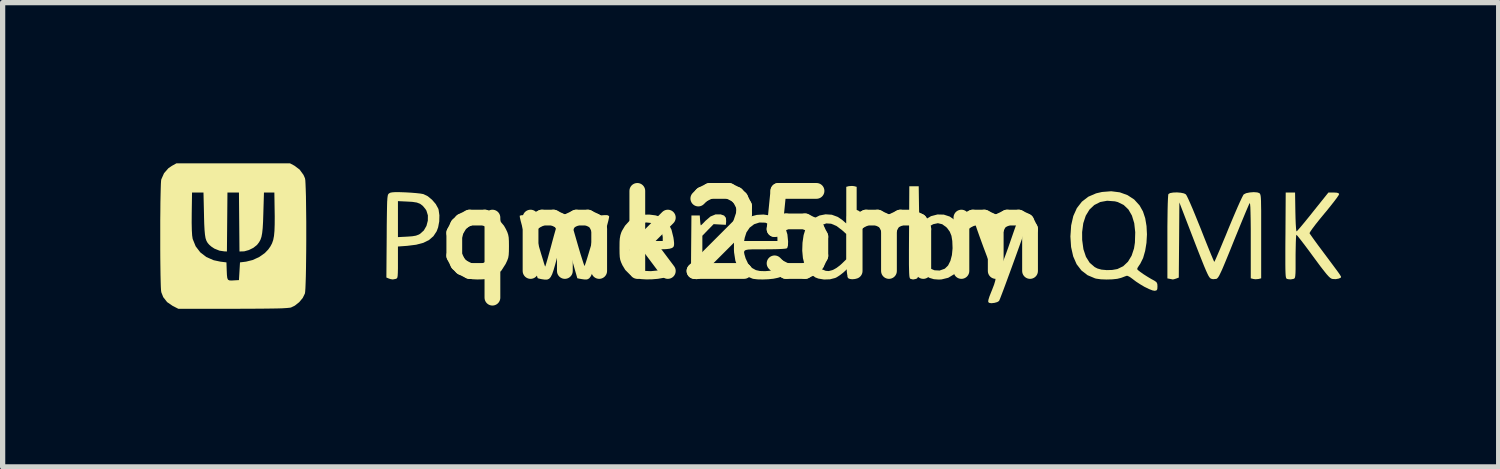
<source format=kicad_pcb>
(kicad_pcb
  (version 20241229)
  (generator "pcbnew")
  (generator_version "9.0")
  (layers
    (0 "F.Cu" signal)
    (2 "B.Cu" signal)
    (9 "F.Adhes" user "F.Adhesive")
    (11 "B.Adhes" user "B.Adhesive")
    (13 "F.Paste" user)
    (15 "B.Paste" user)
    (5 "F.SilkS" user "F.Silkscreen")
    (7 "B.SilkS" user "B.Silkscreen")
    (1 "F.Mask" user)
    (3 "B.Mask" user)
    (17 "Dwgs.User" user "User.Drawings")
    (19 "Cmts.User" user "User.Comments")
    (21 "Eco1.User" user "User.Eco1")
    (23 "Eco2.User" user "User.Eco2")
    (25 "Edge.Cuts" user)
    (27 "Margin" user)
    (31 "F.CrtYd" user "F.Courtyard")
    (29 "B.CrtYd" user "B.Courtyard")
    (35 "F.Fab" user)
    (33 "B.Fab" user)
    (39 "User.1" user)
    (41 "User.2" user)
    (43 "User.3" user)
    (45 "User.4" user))
  (footprint "qmk25mm"
    (layer "F.Cu")
    (at 11.112 1.418)
    (property "Reference" "qmk25mm" (at 0 0 0) (layer "F.SilkS") (effects (font (size 1.524 1.524) (thickness 0.3))))
    (attr board_only exclude_from_pos_files exclude_from_bom)
    (fp_poly (pts (xy -0.38 -0.365) (xy -0.346 -0.322) (xy -0.341 -0.255) (xy -0.341 -0.254) (xy -0.347 -0.189) (xy -0.463 -0.195) (xy -0.579 -0.202) (xy -0.687 -0.092) (xy -0.794 0.019) (xy -0.794 0.401) (xy -0.795 0.522) (xy -0.797 0.629) (xy -0.801 0.717) (xy -0.805 0.779) (xy -0.81 0.808) (xy -0.81 0.808) (xy -0.846 0.834) (xy -0.901 0.846) (xy -0.955 0.84) (xy -0.978 0.83) (xy -0.988 0.82) (xy -0.996 0.803) (xy -1.001 0.777) (xy -1.006 0.735) (xy -1.008 0.673) (xy -1.009 0.588) (xy -1.009 0.475) (xy -1.008 0.329) (xy -1.007 0.218) (xy -1.002 -0.367) (xy -0.843 -0.367) (xy -0.837 -0.273) (xy -0.832 -0.218) (xy -0.826 -0.184) (xy -0.823 -0.179) (xy -0.806 -0.192) (xy -0.771 -0.227) (xy -0.733 -0.267) (xy -0.64 -0.347) (xy -0.544 -0.387) (xy -0.447 -0.388)) (stroke (width 0) (type solid)) (fill yes) (layer "F.SilkS"))
    (fp_poly (pts (xy -6.563 -0.811) (xy -6.45 -0.807) (xy -6.449 -0.807) (xy -6.342 -0.801) (xy -6.243 -0.793) (xy -6.16 -0.784) (xy -6.106 -0.774) (xy -6.102 -0.773) (xy -6.02 -0.733) (xy -5.939 -0.666) (xy -5.869 -0.585) (xy -5.822 -0.5) (xy -5.814 -0.476) (xy -5.799 -0.371) (xy -5.802 -0.253) (xy -5.823 -0.141) (xy -5.851 -0.066) (xy -5.913 0.028) (xy -5.997 0.1) (xy -6.105 0.154) (xy -6.242 0.19) (xy -6.411 0.211) (xy -6.588 0.224) (xy -6.588 0.526) (xy -6.588 0.642) (xy -6.59 0.724) (xy -6.593 0.778) (xy -6.598 0.811) (xy -6.608 0.829) (xy -6.621 0.837) (xy -6.633 0.841) (xy -6.686 0.851) (xy -6.73 0.844) (xy -6.762 0.833) (xy -6.808 0.814) (xy -6.802 0.029) (xy -6.801 -0.169) (xy -6.799 -0.33) (xy -6.797 -0.46) (xy -6.795 -0.561) (xy -6.793 -0.637) (xy -6.792 -0.64) (xy -6.588 -0.64) (xy -6.588 0.045) (xy -6.413 0.036) (xy -6.315 0.029) (xy -6.245 0.017) (xy -6.192 -0.003) (xy -6.167 -0.017) (xy -6.095 -0.082) (xy -6.045 -0.169) (xy -6.019 -0.268) (xy -6.018 -0.369) (xy -6.046 -0.46) (xy -6.066 -0.491) (xy -6.115 -0.55) (xy -6.166 -0.589) (xy -6.229 -0.613) (xy -6.313 -0.626) (xy -6.4 -0.631) (xy -6.588 -0.64) (xy -6.792 -0.64) (xy -6.789 -0.693) (xy -6.784 -0.731) (xy -6.779 -0.757) (xy -6.771 -0.773) (xy -6.762 -0.783) (xy -6.757 -0.787) (xy -6.733 -0.8) (xy -6.698 -0.807) (xy -6.644 -0.811)) (stroke (width 0) (type solid)) (fill yes) (layer "F.SilkS"))
    (fp_poly (pts (xy 5.388 -0.37) (xy 5.415 -0.359) (xy 5.419 -0.348) (xy 5.417 -0.322) (xy 5.406 -0.278) (xy 5.388 -0.214) (xy 5.359 -0.126) (xy 5.32 -0.011) (xy 5.27 0.132) (xy 5.207 0.308) (xy 5.157 0.447) (xy 5.096 0.615) (xy 5.038 0.773) (xy 4.986 0.915) (xy 4.94 1.039) (xy 4.902 1.139) (xy 4.874 1.212) (xy 4.856 1.253) (xy 4.852 1.261) (xy 4.818 1.282) (xy 4.763 1.297) (xy 4.706 1.303) (xy 4.668 1.297) (xy 4.652 1.286) (xy 4.646 1.267) (xy 4.652 1.233) (xy 4.669 1.178) (xy 4.701 1.096) (xy 4.723 1.042) (xy 4.759 0.948) (xy 4.78 0.877) (xy 4.787 0.834) (xy 4.785 0.825) (xy 4.774 0.802) (xy 4.751 0.746) (xy 4.718 0.662) (xy 4.677 0.556) (xy 4.629 0.43) (xy 4.577 0.292) (xy 4.554 0.231) (xy 4.488 0.05) (xy 4.435 -0.099) (xy 4.395 -0.216) (xy 4.37 -0.3) (xy 4.36 -0.348) (xy 4.361 -0.36) (xy 4.391 -0.371) (xy 4.444 -0.374) (xy 4.467 -0.373) (xy 4.554 -0.367) (xy 4.718 0.089) (xy 4.764 0.217) (xy 4.806 0.334) (xy 4.842 0.434) (xy 4.87 0.511) (xy 4.888 0.561) (xy 4.893 0.575) (xy 4.903 0.566) (xy 4.922 0.523) (xy 4.951 0.452) (xy 4.987 0.357) (xy 5.028 0.243) (xy 5.064 0.139) (xy 5.109 0.009) (xy 5.15 -0.109) (xy 5.186 -0.209) (xy 5.215 -0.287) (xy 5.235 -0.337) (xy 5.243 -0.352) (xy 5.278 -0.37) (xy 5.333 -0.376)) (stroke (width 0) (type solid)) (fill yes) (layer "F.SilkS"))
    (fp_poly (pts (xy -4.886 -0.376) (xy -4.756 -0.336) (xy -4.652 -0.27) (xy -4.57 -0.172) (xy -4.534 -0.109) (xy -4.507 -0.052) (xy -4.49 -0.002) (xy -4.48 0.051) (xy -4.476 0.12) (xy -4.475 0.217) (xy -4.475 0.219) (xy -4.476 0.315) (xy -4.48 0.385) (xy -4.489 0.439) (xy -4.507 0.489) (xy -4.535 0.549) (xy -4.539 0.557) (xy -4.619 0.682) (xy -4.724 0.774) (xy -4.84 0.83) (xy -4.901 0.843) (xy -4.986 0.849) (xy -5.079 0.851) (xy -5.167 0.847) (xy -5.233 0.836) (xy -5.239 0.835) (xy -5.366 0.777) (xy -5.469 0.688) (xy -5.546 0.569) (xy -5.551 0.558) (xy -5.569 0.496) (xy -5.58 0.405) (xy -5.586 0.298) (xy -5.585 0.201) (xy -5.388 0.201) (xy -5.383 0.328) (xy -5.361 0.444) (xy -5.336 0.509) (xy -5.27 0.601) (xy -5.182 0.662) (xy -5.077 0.69) (xy -4.957 0.684) (xy -4.92 0.675) (xy -4.827 0.629) (xy -4.756 0.552) (xy -4.708 0.444) (xy -4.683 0.306) (xy -4.68 0.223) (xy -4.683 0.127) (xy -4.692 0.057) (xy -4.711 -0.002) (xy -4.727 -0.035) (xy -4.776 -0.118) (xy -4.833 -0.17) (xy -4.906 -0.198) (xy -5.005 -0.208) (xy -5.027 -0.208) (xy -5.142 -0.199) (xy -5.228 -0.166) (xy -5.294 -0.108) (xy -5.345 -0.022) (xy -5.375 0.08) (xy -5.388 0.201) (xy -5.585 0.201) (xy -5.585 0.186) (xy -5.579 0.08) (xy -5.567 -0.009) (xy -5.55 -0.064) (xy -5.493 -0.159) (xy -5.415 -0.249) (xy -5.332 -0.315) (xy -5.236 -0.356) (xy -5.118 -0.381) (xy -4.992 -0.387)) (stroke (width 0) (type solid)) (fill yes) (layer "F.SilkS"))
    (fp_poly (pts (xy 0.492 -0.367) (xy 0.605 -0.324) (xy 0.699 -0.256) (xy 0.736 -0.213) (xy 0.792 -0.115) (xy 0.825 -0.004) (xy 0.838 0.13) (xy 0.835 0.207) (xy 0.822 0.25) (xy 0.812 0.259) (xy 0.784 0.265) (xy 0.723 0.27) (xy 0.636 0.274) (xy 0.528 0.276) (xy 0.407 0.277) (xy 0.392 0.278) (xy 0.253 0.277) (xy 0.15 0.278) (xy 0.077 0.282) (xy 0.031 0.291) (xy 0.006 0.308) (xy -0.000403 0.333) (xy 0.006 0.371) (xy 0.021 0.421) (xy 0.029 0.449) (xy 0.077 0.551) (xy 0.149 0.631) (xy 0.225 0.673) (xy 0.302 0.69) (xy 0.401 0.693) (xy 0.508 0.684) (xy 0.608 0.663) (xy 0.635 0.655) (xy 0.712 0.629) (xy 0.759 0.619) (xy 0.783 0.626) (xy 0.792 0.651) (xy 0.794 0.682) (xy 0.789 0.73) (xy 0.771 0.763) (xy 0.731 0.789) (xy 0.662 0.814) (xy 0.636 0.821) (xy 0.559 0.837) (xy 0.46 0.847) (xy 0.355 0.851) (xy 0.257 0.849) (xy 0.178 0.84) (xy 0.159 0.835) (xy 0.039 0.784) (xy -0.054 0.713) (xy -0.121 0.617) (xy -0.166 0.493) (xy -0.19 0.338) (xy -0.193 0.288) (xy -0.192 0.127) (xy -0.19 0.119) (xy 0.001 0.119) (xy 0.635 0.119) (xy 0.635 0.058) (xy 0.617 -0.041) (xy 0.568 -0.127) (xy 0.496 -0.193) (xy 0.407 -0.229) (xy 0.405 -0.23) (xy 0.292 -0.233) (xy 0.191 -0.2) (xy 0.107 -0.136) (xy 0.045 -0.045) (xy 0.013 0.055) (xy 0.001 0.119) (xy -0.19 0.119) (xy -0.169 -0.008) (xy -0.123 -0.124) (xy -0.069 -0.207) (xy 0.016 -0.289) (xy 0.123 -0.346) (xy 0.243 -0.378) (xy 0.369 -0.385)) (stroke (width 0) (type solid)) (fill yes) (layer "F.SilkS"))
    (fp_poly (pts (xy 3.329 -0.571) (xy 3.331 -0.457) (xy 3.334 -0.359) (xy 3.338 -0.282) (xy 3.341 -0.233) (xy 3.344 -0.218) (xy 3.364 -0.229) (xy 3.404 -0.258) (xy 3.44 -0.285) (xy 3.559 -0.354) (xy 3.681 -0.386) (xy 3.802 -0.383) (xy 3.915 -0.346) (xy 4.015 -0.276) (xy 4.097 -0.175) (xy 4.129 -0.114) (xy 4.156 -0.025) (xy 4.173 0.09) (xy 4.179 0.217) (xy 4.175 0.344) (xy 4.16 0.459) (xy 4.142 0.526) (xy 4.08 0.656) (xy 3.994 0.754) (xy 3.886 0.819) (xy 3.759 0.85) (xy 3.705 0.853) (xy 3.612 0.846) (xy 3.53 0.821) (xy 3.445 0.772) (xy 3.388 0.73) (xy 3.314 0.671) (xy 3.314 0.75) (xy 3.31 0.804) (xy 3.293 0.831) (xy 3.269 0.841) (xy 3.23 0.849) (xy 3.215 0.851) (xy 3.189 0.845) (xy 3.17 0.84) (xy 3.161 0.835) (xy 3.155 0.825) (xy 3.149 0.806) (xy 3.145 0.774) (xy 3.142 0.726) (xy 3.14 0.658) (xy 3.138 0.567) (xy 3.138 0.468) (xy 3.334 0.468) (xy 3.42 0.553) (xy 3.522 0.633) (xy 3.623 0.676) (xy 3.722 0.681) (xy 3.816 0.648) (xy 3.826 0.641) (xy 3.883 0.585) (xy 3.927 0.497) (xy 3.956 0.387) (xy 3.968 0.261) (xy 3.968 0.248) (xy 3.963 0.119) (xy 3.947 0.02) (xy 3.915 -0.059) (xy 3.866 -0.126) (xy 3.85 -0.143) (xy 3.772 -0.2) (xy 3.689 -0.22) (xy 3.6 -0.201) (xy 3.502 -0.145) (xy 3.418 -0.073) (xy 3.334 0.008) (xy 3.334 0.468) (xy 3.138 0.468) (xy 3.138 0.449) (xy 3.138 0.301) (xy 3.139 0.12) (xy 3.14 -0.046) (xy 3.145 -0.923) (xy 3.324 -0.923)) (stroke (width 0) (type solid)) (fill yes) (layer "F.SilkS"))
    (fp_poly (pts (xy -1.686 -0.369) (xy -1.622 -0.35) (xy -1.518 -0.293) (xy -1.438 -0.208) (xy -1.381 -0.094) (xy -1.345 0.052) (xy -1.338 0.1) (xy -1.332 0.157) (xy -1.333 0.199) (xy -1.344 0.231) (xy -1.371 0.252) (xy -1.418 0.266) (xy -1.489 0.274) (xy -1.588 0.277) (xy -1.722 0.278) (xy -1.784 0.278) (xy -2.176 0.278) (xy -2.161 0.388) (xy -2.131 0.499) (xy -2.074 0.591) (xy -1.997 0.655) (xy -1.972 0.667) (xy -1.885 0.688) (xy -1.775 0.693) (xy -1.655 0.681) (xy -1.545 0.655) (xy -1.478 0.635) (xy -1.427 0.621) (xy -1.403 0.615) (xy -1.394 0.633) (xy -1.392 0.676) (xy -1.393 0.69) (xy -1.402 0.74) (xy -1.426 0.772) (xy -1.476 0.801) (xy -1.478 0.802) (xy -1.547 0.823) (xy -1.642 0.839) (xy -1.751 0.848) (xy -1.862 0.85) (xy -1.962 0.844) (xy -2.038 0.83) (xy -2.049 0.826) (xy -2.168 0.763) (xy -2.261 0.67) (xy -2.315 0.581) (xy -2.34 0.526) (xy -2.357 0.477) (xy -2.366 0.424) (xy -2.37 0.354) (xy -2.371 0.257) (xy -2.371 0.248) (xy -2.37 0.144) (xy -2.369 0.119) (xy -2.163 0.119) (xy -1.548 0.119) (xy -1.548 0.043) (xy -1.565 -0.051) (xy -1.613 -0.129) (xy -1.684 -0.188) (xy -1.77 -0.224) (xy -1.864 -0.234) (xy -1.958 -0.214) (xy -2.022 -0.18) (xy -2.08 -0.123) (xy -2.128 -0.049) (xy -2.158 0.029) (xy -2.163 0.069) (xy -2.163 0.119) (xy -2.369 0.119) (xy -2.365 0.069) (xy -2.355 0.012) (xy -2.339 -0.04) (xy -2.324 -0.074) (xy -2.265 -0.173) (xy -2.185 -0.261) (xy -2.094 -0.329) (xy -2.032 -0.359) (xy -1.926 -0.381) (xy -1.804 -0.384)) (stroke (width 0) (type solid)) (fill yes) (layer "F.SilkS"))
    (fp_poly (pts (xy 2.094 -0.925) (xy 2.143 -0.912) (xy 2.143 -0.041) (xy 2.143 0.168) (xy 2.143 0.341) (xy 2.142 0.48) (xy 2.141 0.591) (xy 2.139 0.676) (xy 2.137 0.739) (xy 2.133 0.783) (xy 2.128 0.812) (xy 2.122 0.829) (xy 2.115 0.838) (xy 2.106 0.843) (xy 2.105 0.843) (xy 2.057 0.847) (xy 2.016 0.842) (xy 1.984 0.829) (xy 1.969 0.805) (xy 1.965 0.755) (xy 1.965 0.74) (xy 1.965 0.65) (xy 1.886 0.722) (xy 1.824 0.77) (xy 1.76 0.811) (xy 1.734 0.823) (xy 1.635 0.848) (xy 1.522 0.852) (xy 1.413 0.834) (xy 1.356 0.812) (xy 1.273 0.752) (xy 1.2 0.664) (xy 1.151 0.566) (xy 1.12 0.445) (xy 1.107 0.303) (xy 1.109 0.238) (xy 1.32 0.238) (xy 1.321 0.334) (xy 1.327 0.403) (xy 1.34 0.458) (xy 1.362 0.511) (xy 1.369 0.526) (xy 1.424 0.61) (xy 1.488 0.66) (xy 1.555 0.687) (xy 1.612 0.691) (xy 1.678 0.674) (xy 1.702 0.664) (xy 1.759 0.632) (xy 1.823 0.584) (xy 1.86 0.551) (xy 1.945 0.468) (xy 1.945 -0.015) (xy 1.866 -0.086) (xy 1.759 -0.167) (xy 1.657 -0.21) (xy 1.564 -0.216) (xy 1.481 -0.184) (xy 1.409 -0.116) (xy 1.367 -0.047) (xy 1.343 0.008) (xy 1.329 0.062) (xy 1.322 0.13) (xy 1.32 0.222) (xy 1.32 0.238) (xy 1.109 0.238) (xy 1.112 0.152) (xy 1.133 0.008) (xy 1.171 -0.116) (xy 1.173 -0.119) (xy 1.239 -0.229) (xy 1.329 -0.312) (xy 1.435 -0.366) (xy 1.551 -0.389) (xy 1.67 -0.381) (xy 1.784 -0.339) (xy 1.864 -0.285) (xy 1.945 -0.215) (xy 1.945 -0.912) (xy 1.994 -0.925) (xy 2.054 -0.929)) (stroke (width 0) (type solid)) (fill yes) (layer "F.SilkS"))
    (fp_poly (pts (xy 10.493 -0.43) (xy 10.496 -0.307) (xy 10.5 -0.204) (xy 10.505 -0.126) (xy 10.511 -0.077) (xy 10.516 -0.063) (xy 10.533 -0.08) (xy 10.571 -0.123) (xy 10.627 -0.189) (xy 10.696 -0.273) (xy 10.775 -0.37) (xy 10.828 -0.437) (xy 11.122 -0.804) (xy 11.221 -0.804) (xy 11.286 -0.8) (xy 11.319 -0.787) (xy 11.326 -0.774) (xy 11.315 -0.751) (xy 11.282 -0.702) (xy 11.23 -0.633) (xy 11.163 -0.548) (xy 11.085 -0.451) (xy 11.042 -0.4) (xy 10.954 -0.293) (xy 10.879 -0.199) (xy 10.82 -0.121) (xy 10.781 -0.065) (xy 10.763 -0.033) (xy 10.763 -0.028) (xy 10.778 -0.005) (xy 10.813 0.045) (xy 10.864 0.116) (xy 10.929 0.205) (xy 11.004 0.305) (xy 11.039 0.352) (xy 11.118 0.458) (xy 11.191 0.556) (xy 11.254 0.641) (xy 11.303 0.707) (xy 11.333 0.75) (xy 11.339 0.759) (xy 11.362 0.797) (xy 11.359 0.816) (xy 11.326 0.831) (xy 11.32 0.834) (xy 11.261 0.845) (xy 11.202 0.842) (xy 11.179 0.835) (xy 11.155 0.82) (xy 11.126 0.793) (xy 11.088 0.751) (xy 11.039 0.69) (xy 10.974 0.607) (xy 10.892 0.496) (xy 10.832 0.415) (xy 10.75 0.303) (xy 10.675 0.203) (xy 10.61 0.118) (xy 10.559 0.053) (xy 10.526 0.013) (xy 10.513 0) (xy 10.508 0.019) (xy 10.504 0.072) (xy 10.501 0.152) (xy 10.499 0.255) (xy 10.497 0.375) (xy 10.497 0.414) (xy 10.497 0.552) (xy 10.497 0.656) (xy 10.495 0.73) (xy 10.491 0.78) (xy 10.486 0.811) (xy 10.478 0.828) (xy 10.466 0.837) (xy 10.453 0.841) (xy 10.404 0.85) (xy 10.358 0.846) (xy 10.333 0.84) (xy 10.325 0.835) (xy 10.318 0.825) (xy 10.312 0.805) (xy 10.308 0.772) (xy 10.305 0.722) (xy 10.303 0.652) (xy 10.302 0.558) (xy 10.302 0.437) (xy 10.302 0.284) (xy 10.303 0.097) (xy 10.304 0.013) (xy 10.309 -0.804) (xy 10.487 -0.804)) (stroke (width 0) (type solid)) (fill yes) (layer "F.SilkS"))
    (fp_poly (pts (xy 7.152 -0.807) (xy 7.298 -0.754) (xy 7.425 -0.671) (xy 7.527 -0.559) (xy 7.592 -0.444) (xy 7.635 -0.314) (xy 7.66 -0.165) (xy 7.668 -0.007) (xy 7.659 0.154) (xy 7.634 0.306) (xy 7.595 0.443) (xy 7.54 0.553) (xy 7.52 0.582) (xy 7.493 0.623) (xy 7.481 0.653) (xy 7.481 0.653) (xy 7.497 0.673) (xy 7.54 0.707) (xy 7.601 0.75) (xy 7.673 0.796) (xy 7.748 0.841) (xy 7.809 0.874) (xy 7.848 0.901) (xy 7.865 0.936) (xy 7.868 0.983) (xy 7.865 1.035) (xy 7.851 1.058) (xy 7.818 1.067) (xy 7.818 1.067) (xy 7.776 1.06) (xy 7.711 1.035) (xy 7.633 0.997) (xy 7.622 0.992) (xy 7.541 0.944) (xy 7.461 0.892) (xy 7.4 0.846) (xy 7.394 0.841) (xy 7.343 0.804) (xy 7.301 0.783) (xy 7.283 0.781) (xy 7.246 0.794) (xy 7.191 0.815) (xy 7.174 0.821) (xy 7.102 0.839) (xy 7.006 0.849) (xy 6.898 0.852) (xy 6.792 0.848) (xy 6.704 0.836) (xy 6.68 0.83) (xy 6.538 0.77) (xy 6.421 0.68) (xy 6.329 0.56) (xy 6.264 0.411) (xy 6.224 0.233) (xy 6.211 0.032) (xy 6.217 -0.05) (xy 6.434 -0.05) (xy 6.435 0.099) (xy 6.459 0.276) (xy 6.507 0.42) (xy 6.578 0.533) (xy 6.673 0.615) (xy 6.727 0.643) (xy 6.804 0.664) (xy 6.903 0.673) (xy 7.007 0.67) (xy 7.098 0.654) (xy 7.107 0.652) (xy 7.216 0.599) (xy 7.306 0.514) (xy 7.376 0.399) (xy 7.422 0.26) (xy 7.439 0.149) (xy 7.445 -0.048) (xy 7.426 -0.22) (xy 7.382 -0.365) (xy 7.315 -0.481) (xy 7.225 -0.567) (xy 7.113 -0.622) (xy 7.058 -0.636) (xy 6.91 -0.647) (xy 6.779 -0.623) (xy 6.666 -0.566) (xy 6.574 -0.479) (xy 6.503 -0.362) (xy 6.456 -0.219) (xy 6.434 -0.05) (xy 6.217 -0.05) (xy 6.225 -0.176) (xy 6.266 -0.356) (xy 6.334 -0.507) (xy 6.43 -0.63) (xy 6.552 -0.724) (xy 6.7 -0.788) (xy 6.812 -0.814) (xy 6.988 -0.828)) (stroke (width 0) (type solid)) (fill yes) (layer "F.SilkS"))
    (fp_poly (pts (xy 9.767 -0.806) (xy 9.8 -0.795) (xy 9.811 -0.789) (xy 9.819 -0.78) (xy 9.826 -0.764) (xy 9.832 -0.739) (xy 9.836 -0.7) (xy 9.839 -0.643) (xy 9.84 -0.564) (xy 9.842 -0.461) (xy 9.842 -0.329) (xy 9.842 -0.165) (xy 9.842 0.028) (xy 9.842 0.829) (xy 9.793 0.842) (xy 9.733 0.847) (xy 9.694 0.842) (xy 9.644 0.829) (xy 9.644 0.103) (xy 9.644 -0.112) (xy 9.642 -0.288) (xy 9.639 -0.425) (xy 9.636 -0.523) (xy 9.631 -0.582) (xy 9.625 -0.604) (xy 9.624 -0.603) (xy 9.612 -0.581) (xy 9.588 -0.526) (xy 9.552 -0.442) (xy 9.507 -0.334) (xy 9.454 -0.206) (xy 9.395 -0.061) (xy 9.331 0.095) (xy 9.321 0.12) (xy 9.248 0.302) (xy 9.187 0.451) (xy 9.138 0.569) (xy 9.099 0.661) (xy 9.067 0.729) (xy 9.043 0.778) (xy 9.023 0.81) (xy 9.006 0.829) (xy 8.992 0.839) (xy 8.989 0.84) (xy 8.925 0.846) (xy 8.889 0.837) (xy 8.874 0.828) (xy 8.859 0.812) (xy 8.84 0.783) (xy 8.818 0.739) (xy 8.79 0.677) (xy 8.754 0.592) (xy 8.71 0.482) (xy 8.655 0.343) (xy 8.588 0.171) (xy 8.561 0.101) (xy 8.285 -0.615) (xy 8.28 0.1) (xy 8.274 0.815) (xy 8.224 0.834) (xy 8.182 0.847) (xy 8.159 0.851) (xy 8.131 0.845) (xy 8.101 0.839) (xy 8.057 0.831) (xy 8.057 0.043) (xy 8.057 -0.148) (xy 8.059 -0.32) (xy 8.061 -0.47) (xy 8.064 -0.594) (xy 8.068 -0.688) (xy 8.072 -0.749) (xy 8.076 -0.774) (xy 8.108 -0.793) (xy 8.166 -0.803) (xy 8.238 -0.806) (xy 8.311 -0.8) (xy 8.373 -0.787) (xy 8.409 -0.768) (xy 8.425 -0.742) (xy 8.454 -0.683) (xy 8.493 -0.596) (xy 8.54 -0.487) (xy 8.593 -0.358) (xy 8.651 -0.215) (xy 8.694 -0.109) (xy 8.752 0.039) (xy 8.806 0.174) (xy 8.854 0.293) (xy 8.894 0.39) (xy 8.925 0.463) (xy 8.944 0.506) (xy 8.95 0.516) (xy 8.96 0.498) (xy 8.983 0.448) (xy 9.017 0.369) (xy 9.061 0.267) (xy 9.112 0.144) (xy 9.17 0.006) (xy 9.217 -0.11) (xy 9.279 -0.259) (xy 9.338 -0.398) (xy 9.391 -0.521) (xy 9.437 -0.624) (xy 9.474 -0.703) (xy 9.5 -0.753) (xy 9.51 -0.768) (xy 9.555 -0.791) (xy 9.624 -0.805) (xy 9.7 -0.811)) (stroke (width 0) (type solid)) (fill yes) (layer "F.SilkS"))
    (fp_poly (pts (xy -4.165 -0.373) (xy -4.079 -0.367) (xy -3.936 0.115) (xy -3.897 0.247) (xy -3.862 0.366) (xy -3.831 0.466) (xy -3.808 0.543) (xy -3.792 0.591) (xy -3.786 0.606) (xy -3.779 0.59) (xy -3.764 0.54) (xy -3.741 0.462) (xy -3.713 0.361) (xy -3.68 0.242) (xy -3.652 0.137) (xy -3.616 0.005) (xy -3.582 -0.114) (xy -3.551 -0.216) (xy -3.526 -0.294) (xy -3.508 -0.344) (xy -3.5 -0.359) (xy -3.465 -0.371) (xy -3.411 -0.374) (xy -3.401 -0.373) (xy -3.326 -0.367) (xy -3.187 0.114) (xy -3.149 0.245) (xy -3.114 0.363) (xy -3.083 0.461) (xy -3.059 0.536) (xy -3.043 0.582) (xy -3.037 0.595) (xy -3.029 0.577) (xy -3.011 0.525) (xy -2.986 0.446) (xy -2.955 0.344) (xy -2.919 0.224) (xy -2.887 0.114) (xy -2.748 -0.367) (xy -2.664 -0.373) (xy -2.603 -0.373) (xy -2.573 -0.358) (xy -2.568 -0.35) (xy -2.571 -0.324) (xy -2.584 -0.265) (xy -2.607 -0.178) (xy -2.637 -0.069) (xy -2.674 0.059) (xy -2.717 0.2) (xy -2.732 0.249) (xy -2.784 0.418) (xy -2.827 0.554) (xy -2.862 0.658) (xy -2.892 0.736) (xy -2.918 0.791) (xy -2.944 0.826) (xy -2.972 0.845) (xy -3.003 0.852) (xy -3.04 0.851) (xy -3.084 0.845) (xy -3.091 0.844) (xy -3.142 0.835) (xy -3.172 0.828) (xy -3.175 0.826) (xy -3.18 0.806) (xy -3.195 0.754) (xy -3.218 0.675) (xy -3.246 0.574) (xy -3.28 0.458) (xy -3.294 0.408) (xy -3.329 0.287) (xy -3.36 0.178) (xy -3.385 0.089) (xy -3.403 0.023) (xy -3.412 -0.012) (xy -3.413 -0.016) (xy -3.423 -0.016) (xy -3.43 -0.009) (xy -3.44 0.015) (xy -3.458 0.072) (xy -3.483 0.155) (xy -3.512 0.258) (xy -3.544 0.377) (xy -3.554 0.414) (xy -3.593 0.559) (xy -3.625 0.67) (xy -3.653 0.751) (xy -3.681 0.805) (xy -3.711 0.838) (xy -3.747 0.853) (xy -3.793 0.854) (xy -3.85 0.846) (xy -3.884 0.839) (xy -3.919 0.83) (xy -3.929 0.825) (xy -3.935 0.805) (xy -3.951 0.752) (xy -3.975 0.67) (xy -4.008 0.564) (xy -4.046 0.439) (xy -4.089 0.3) (xy -4.108 0.237) (xy -4.155 0.081) (xy -4.196 -0.057) (xy -4.228 -0.174) (xy -4.253 -0.267) (xy -4.267 -0.33) (xy -4.27 -0.36) (xy -4.269 -0.362) (xy -4.24 -0.371) (xy -4.188 -0.374)) (stroke (width 0) (type solid)) (fill yes) (layer "F.SilkS"))
    (fp_poly (pts (xy -8.559 -1.315) (xy -8.46 -1.241) (xy -8.386 -1.14) (xy -8.357 -1.074) (xy -8.351 -1.037) (xy -8.347 -0.965) (xy -8.343 -0.863) (xy -8.339 -0.736) (xy -8.337 -0.587) (xy -8.335 -0.422) (xy -8.333 -0.246) (xy -8.333 -0.063) (xy -8.333 0.122) (xy -8.334 0.305) (xy -8.336 0.481) (xy -8.338 0.645) (xy -8.341 0.792) (xy -8.345 0.918) (xy -8.349 1.018) (xy -8.354 1.087) (xy -8.359 1.119) (xy -8.4 1.203) (xy -8.468 1.284) (xy -8.55 1.349) (xy -8.624 1.385) (xy -8.656 1.39) (xy -8.711 1.395) (xy -8.79 1.4) (xy -8.896 1.403) (xy -9.031 1.405) (xy -9.199 1.407) (xy -9.4 1.408) (xy -9.638 1.409) (xy -9.737 1.409) (xy -10.768 1.409) (xy -10.876 1.354) (xy -10.981 1.282) (xy -11.055 1.188) (xy -11.092 1.094) (xy -11.097 1.057) (xy -11.101 0.986) (xy -11.104 0.885) (xy -11.107 0.758) (xy -11.109 0.61) (xy -11.111 0.446) (xy -11.112 0.271) (xy -11.112 0.09) (xy -11.112 -0.094) (xy -11.112 -0.228) (xy -10.514 -0.228) (xy -10.511 -0.088) (xy -10.505 0.013) (xy -10.495 0.078) (xy -10.495 0.079) (xy -10.438 0.22) (xy -10.35 0.335) (xy -10.235 0.424) (xy -10.095 0.485) (xy -9.967 0.512) (xy -9.852 0.526) (xy -9.847 0.675) (xy -9.843 0.766) (xy -9.836 0.824) (xy -9.822 0.856) (xy -9.796 0.869) (xy -9.753 0.871) (xy -9.719 0.869) (xy -9.614 0.863) (xy -9.604 0.695) (xy -9.594 0.526) (xy -9.479 0.512) (xy -9.353 0.481) (xy -9.229 0.424) (xy -9.122 0.349) (xy -9.056 0.28) (xy -9.016 0.223) (xy -8.985 0.165) (xy -8.962 0.1) (xy -8.947 0.023) (xy -8.938 -0.073) (xy -8.934 -0.194) (xy -8.933 -0.346) (xy -8.934 -0.408) (xy -8.94 -0.804) (xy -9.138 -0.804) (xy -9.15 -0.407) (xy -9.155 -0.25) (xy -9.162 -0.127) (xy -9.172 -0.033) (xy -9.186 0.041) (xy -9.206 0.098) (xy -9.232 0.144) (xy -9.265 0.187) (xy -9.273 0.196) (xy -9.34 0.249) (xy -9.425 0.291) (xy -9.511 0.315) (xy -9.54 0.317) (xy -9.604 0.318) (xy -9.614 -0.804) (xy -9.833 -0.804) (xy -9.843 0.318) (xy -9.887 0.317) (xy -9.984 0.303) (xy -10.081 0.264) (xy -10.14 0.225) (xy -10.18 0.19) (xy -10.21 0.155) (xy -10.233 0.115) (xy -10.25 0.064) (xy -10.261 -0.003) (xy -10.269 -0.092) (xy -10.275 -0.209) (xy -10.279 -0.36) (xy -10.279 -0.377) (xy -10.289 -0.804) (xy -10.507 -0.804) (xy -10.513 -0.407) (xy -10.514 -0.228) (xy -11.112 -0.228) (xy -11.112 -0.274) (xy -11.11 -0.447) (xy -11.109 -0.607) (xy -11.106 -0.75) (xy -11.103 -0.872) (xy -11.1 -0.966) (xy -11.096 -1.03) (xy -11.092 -1.054) (xy -11.04 -1.171) (xy -10.957 -1.266) (xy -10.893 -1.31) (xy -10.805 -1.359) (xy -8.642 -1.359)) (stroke (width 0) (type solid)) (fill yes) (layer "F.SilkS")))
  (gr_rect
    (start -3 -3)
    (end 25.474 5.836)
    (stroke (width 0.1) (type default))
    (fill no)
    (layer "Edge.Cuts")))
</source>
